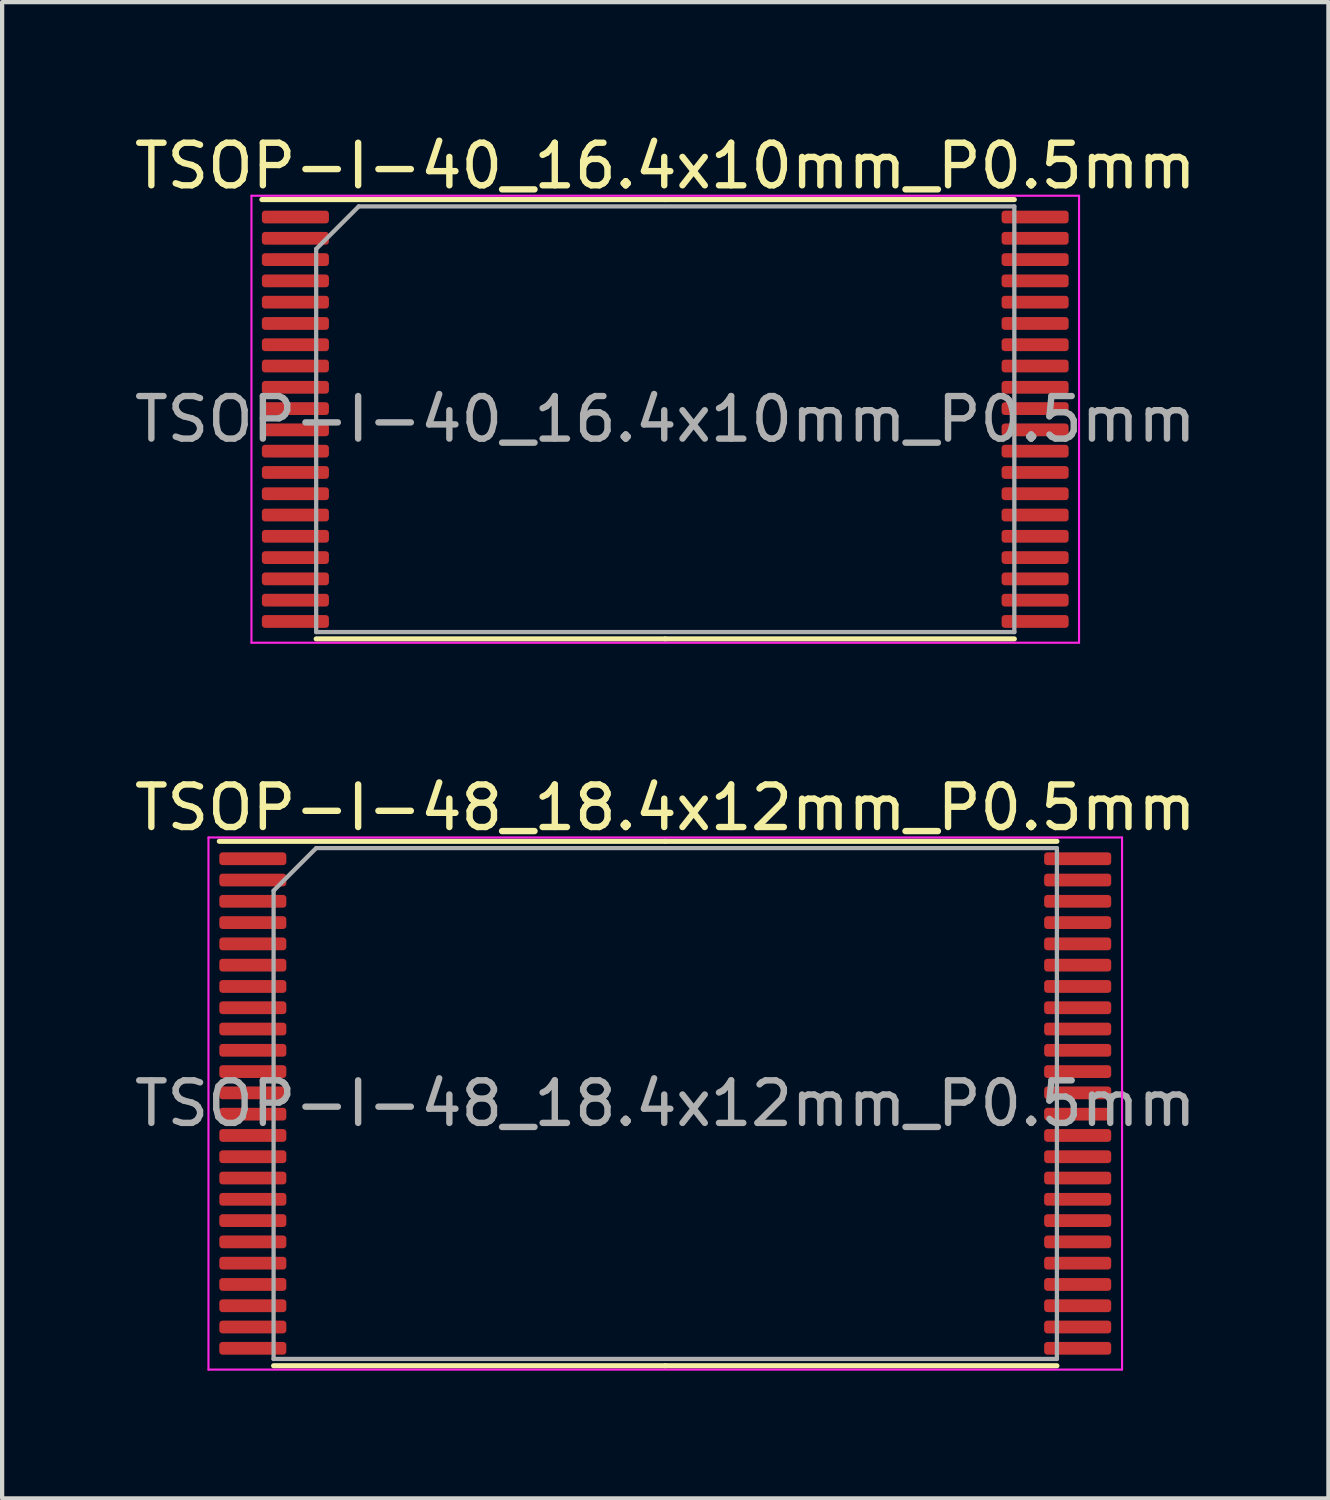
<source format=kicad_pcb>
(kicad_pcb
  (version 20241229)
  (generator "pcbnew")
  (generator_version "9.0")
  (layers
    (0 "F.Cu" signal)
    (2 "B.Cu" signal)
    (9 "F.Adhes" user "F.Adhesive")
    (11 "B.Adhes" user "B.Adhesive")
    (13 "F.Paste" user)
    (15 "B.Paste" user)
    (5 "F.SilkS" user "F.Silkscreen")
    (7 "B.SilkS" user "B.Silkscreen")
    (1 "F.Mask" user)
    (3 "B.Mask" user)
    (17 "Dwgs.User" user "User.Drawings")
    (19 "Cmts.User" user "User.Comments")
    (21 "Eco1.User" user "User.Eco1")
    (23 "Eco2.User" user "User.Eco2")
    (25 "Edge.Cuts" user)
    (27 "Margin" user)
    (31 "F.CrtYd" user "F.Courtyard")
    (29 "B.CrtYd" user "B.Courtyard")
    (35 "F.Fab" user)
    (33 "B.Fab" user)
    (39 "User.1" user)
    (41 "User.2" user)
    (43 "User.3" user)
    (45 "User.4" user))
  (footprint "TSOP-I-40_16.4x10mm_P0.5mm"
    (layer "F.Cu")
    (at 12.577 6.798)
    (property "Reference" "TSOP-I-40_16.4x10mm_P0.5mm" (at 0 -5.95 0) (layer "F.SilkS") (effects (font (size 1 1) (thickness 0.15))))
    (attr smd)
    (fp_line (start 0 -5.16) (end -9.475 -5.16) (stroke (width 0.12) (type solid)) (layer "F.SilkS"))
    (fp_line (start 0 -5.16) (end 8.2 -5.16) (stroke (width 0.12) (type solid)) (layer "F.SilkS"))
    (fp_line (start 0 5.16) (end -8.2 5.16) (stroke (width 0.12) (type solid)) (layer "F.SilkS"))
    (fp_line (start 0 5.16) (end 8.2 5.16) (stroke (width 0.12) (type solid)) (layer "F.SilkS"))
    (fp_line (start -9.72 -5.25) (end -9.72 5.25) (stroke (width 0.05) (type solid)) (layer "F.CrtYd"))
    (fp_line (start -9.72 5.25) (end 9.72 5.25) (stroke (width 0.05) (type solid)) (layer "F.CrtYd"))
    (fp_line (start 9.72 -5.25) (end -9.72 -5.25) (stroke (width 0.05) (type solid)) (layer "F.CrtYd"))
    (fp_line (start 9.72 5.25) (end 9.72 -5.25) (stroke (width 0.05) (type solid)) (layer "F.CrtYd"))
    (fp_line (start -8.2 -4) (end -7.2 -5) (stroke (width 0.1) (type solid)) (layer "F.Fab"))
    (fp_line (start -8.2 5) (end -8.2 -4) (stroke (width 0.1) (type solid)) (layer "F.Fab"))
    (fp_line (start -7.2 -5) (end 8.2 -5) (stroke (width 0.1) (type solid)) (layer "F.Fab"))
    (fp_line (start 8.2 -5) (end 8.2 5) (stroke (width 0.1) (type solid)) (layer "F.Fab"))
    (fp_line (start 8.2 5) (end -8.2 5) (stroke (width 0.1) (type solid)) (layer "F.Fab"))
    (fp_text user "${REFERENCE}" (at 0 0 0) (layer "F.Fab") (effects (font (size 1 1) (thickness 0.15))))
    (pad "1" smd roundrect (at -8.688 -4.75) (size 1.575 0.3) (layers "F.Cu" "F.Mask" "F.Paste") (roundrect_rratio 0.25))
    (pad "2" smd roundrect (at -8.688 -4.25) (size 1.575 0.3) (layers "F.Cu" "F.Mask" "F.Paste") (roundrect_rratio 0.25))
    (pad "3" smd roundrect (at -8.688 -3.75) (size 1.575 0.3) (layers "F.Cu" "F.Mask" "F.Paste") (roundrect_rratio 0.25))
    (pad "4" smd roundrect (at -8.688 -3.25) (size 1.575 0.3) (layers "F.Cu" "F.Mask" "F.Paste") (roundrect_rratio 0.25))
    (pad "5" smd roundrect (at -8.688 -2.75) (size 1.575 0.3) (layers "F.Cu" "F.Mask" "F.Paste") (roundrect_rratio 0.25))
    (pad "6" smd roundrect (at -8.688 -2.25) (size 1.575 0.3) (layers "F.Cu" "F.Mask" "F.Paste") (roundrect_rratio 0.25))
    (pad "7" smd roundrect (at -8.688 -1.75) (size 1.575 0.3) (layers "F.Cu" "F.Mask" "F.Paste") (roundrect_rratio 0.25))
    (pad "8" smd roundrect (at -8.688 -1.25) (size 1.575 0.3) (layers "F.Cu" "F.Mask" "F.Paste") (roundrect_rratio 0.25))
    (pad "9" smd roundrect (at -8.688 -0.75) (size 1.575 0.3) (layers "F.Cu" "F.Mask" "F.Paste") (roundrect_rratio 0.25))
    (pad "10" smd roundrect (at -8.688 -0.25) (size 1.575 0.3) (layers "F.Cu" "F.Mask" "F.Paste") (roundrect_rratio 0.25))
    (pad "11" smd roundrect (at -8.688 0.25) (size 1.575 0.3) (layers "F.Cu" "F.Mask" "F.Paste") (roundrect_rratio 0.25))
    (pad "12" smd roundrect (at -8.688 0.75) (size 1.575 0.3) (layers "F.Cu" "F.Mask" "F.Paste") (roundrect_rratio 0.25))
    (pad "13" smd roundrect (at -8.688 1.25) (size 1.575 0.3) (layers "F.Cu" "F.Mask" "F.Paste") (roundrect_rratio 0.25))
    (pad "14" smd roundrect (at -8.688 1.75) (size 1.575 0.3) (layers "F.Cu" "F.Mask" "F.Paste") (roundrect_rratio 0.25))
    (pad "15" smd roundrect (at -8.688 2.25) (size 1.575 0.3) (layers "F.Cu" "F.Mask" "F.Paste") (roundrect_rratio 0.25))
    (pad "16" smd roundrect (at -8.688 2.75) (size 1.575 0.3) (layers "F.Cu" "F.Mask" "F.Paste") (roundrect_rratio 0.25))
    (pad "17" smd roundrect (at -8.688 3.25) (size 1.575 0.3) (layers "F.Cu" "F.Mask" "F.Paste") (roundrect_rratio 0.25))
    (pad "18" smd roundrect (at -8.688 3.75) (size 1.575 0.3) (layers "F.Cu" "F.Mask" "F.Paste") (roundrect_rratio 0.25))
    (pad "19" smd roundrect (at -8.688 4.25) (size 1.575 0.3) (layers "F.Cu" "F.Mask" "F.Paste") (roundrect_rratio 0.25))
    (pad "20" smd roundrect (at -8.688 4.75) (size 1.575 0.3) (layers "F.Cu" "F.Mask" "F.Paste") (roundrect_rratio 0.25))
    (pad "21" smd roundrect (at 8.688 4.75) (size 1.575 0.3) (layers "F.Cu" "F.Mask" "F.Paste") (roundrect_rratio 0.25))
    (pad "22" smd roundrect (at 8.688 4.25) (size 1.575 0.3) (layers "F.Cu" "F.Mask" "F.Paste") (roundrect_rratio 0.25))
    (pad "23" smd roundrect (at 8.688 3.75) (size 1.575 0.3) (layers "F.Cu" "F.Mask" "F.Paste") (roundrect_rratio 0.25))
    (pad "24" smd roundrect (at 8.688 3.25) (size 1.575 0.3) (layers "F.Cu" "F.Mask" "F.Paste") (roundrect_rratio 0.25))
    (pad "25" smd roundrect (at 8.688 2.75) (size 1.575 0.3) (layers "F.Cu" "F.Mask" "F.Paste") (roundrect_rratio 0.25))
    (pad "26" smd roundrect (at 8.688 2.25) (size 1.575 0.3) (layers "F.Cu" "F.Mask" "F.Paste") (roundrect_rratio 0.25))
    (pad "27" smd roundrect (at 8.688 1.75) (size 1.575 0.3) (layers "F.Cu" "F.Mask" "F.Paste") (roundrect_rratio 0.25))
    (pad "28" smd roundrect (at 8.688 1.25) (size 1.575 0.3) (layers "F.Cu" "F.Mask" "F.Paste") (roundrect_rratio 0.25))
    (pad "29" smd roundrect (at 8.688 0.75) (size 1.575 0.3) (layers "F.Cu" "F.Mask" "F.Paste") (roundrect_rratio 0.25))
    (pad "30" smd roundrect (at 8.688 0.25) (size 1.575 0.3) (layers "F.Cu" "F.Mask" "F.Paste") (roundrect_rratio 0.25))
    (pad "31" smd roundrect (at 8.688 -0.25) (size 1.575 0.3) (layers "F.Cu" "F.Mask" "F.Paste") (roundrect_rratio 0.25))
    (pad "32" smd roundrect (at 8.688 -0.75) (size 1.575 0.3) (layers "F.Cu" "F.Mask" "F.Paste") (roundrect_rratio 0.25))
    (pad "33" smd roundrect (at 8.688 -1.25) (size 1.575 0.3) (layers "F.Cu" "F.Mask" "F.Paste") (roundrect_rratio 0.25))
    (pad "34" smd roundrect (at 8.688 -1.75) (size 1.575 0.3) (layers "F.Cu" "F.Mask" "F.Paste") (roundrect_rratio 0.25))
    (pad "35" smd roundrect (at 8.688 -2.25) (size 1.575 0.3) (layers "F.Cu" "F.Mask" "F.Paste") (roundrect_rratio 0.25))
    (pad "36" smd roundrect (at 8.688 -2.75) (size 1.575 0.3) (layers "F.Cu" "F.Mask" "F.Paste") (roundrect_rratio 0.25))
    (pad "37" smd roundrect (at 8.688 -3.25) (size 1.575 0.3) (layers "F.Cu" "F.Mask" "F.Paste") (roundrect_rratio 0.25))
    (pad "38" smd roundrect (at 8.688 -3.75) (size 1.575 0.3) (layers "F.Cu" "F.Mask" "F.Paste") (roundrect_rratio 0.25))
    (pad "39" smd roundrect (at 8.688 -4.25) (size 1.575 0.3) (layers "F.Cu" "F.Mask" "F.Paste") (roundrect_rratio 0.25))
    (pad "40" smd roundrect (at 8.688 -4.75) (size 1.575 0.3) (layers "F.Cu" "F.Mask" "F.Paste") (roundrect_rratio 0.25)))
  (footprint "TSOP-I-48_18.4x12mm_P0.5mm"
    (layer "F.Cu")
    (at 12.577 22.872)
    (property "Reference" "TSOP-I-48_18.4x12mm_P0.5mm" (at 0 -6.95 0) (layer "F.SilkS") (effects (font (size 1 1) (thickness 0.15))))
    (attr smd)
    (fp_line (start 0 -6.16) (end -10.475 -6.16) (stroke (width 0.12) (type solid)) (layer "F.SilkS"))
    (fp_line (start 0 -6.16) (end 9.2 -6.16) (stroke (width 0.12) (type solid)) (layer "F.SilkS"))
    (fp_line (start 0 6.16) (end -9.2 6.16) (stroke (width 0.12) (type solid)) (layer "F.SilkS"))
    (fp_line (start 0 6.16) (end 9.2 6.16) (stroke (width 0.12) (type solid)) (layer "F.SilkS"))
    (fp_line (start -10.73 -6.25) (end -10.73 6.25) (stroke (width 0.05) (type solid)) (layer "F.CrtYd"))
    (fp_line (start -10.73 6.25) (end 10.73 6.25) (stroke (width 0.05) (type solid)) (layer "F.CrtYd"))
    (fp_line (start 10.73 -6.25) (end -10.73 -6.25) (stroke (width 0.05) (type solid)) (layer "F.CrtYd"))
    (fp_line (start 10.73 6.25) (end 10.73 -6.25) (stroke (width 0.05) (type solid)) (layer "F.CrtYd"))
    (fp_line (start -9.2 -5) (end -8.2 -6) (stroke (width 0.1) (type solid)) (layer "F.Fab"))
    (fp_line (start -9.2 6) (end -9.2 -5) (stroke (width 0.1) (type solid)) (layer "F.Fab"))
    (fp_line (start -8.2 -6) (end 9.2 -6) (stroke (width 0.1) (type solid)) (layer "F.Fab"))
    (fp_line (start 9.2 -6) (end 9.2 6) (stroke (width 0.1) (type solid)) (layer "F.Fab"))
    (fp_line (start 9.2 6) (end -9.2 6) (stroke (width 0.1) (type solid)) (layer "F.Fab"))
    (fp_text user "${REFERENCE}" (at 0 0 0) (layer "F.Fab") (effects (font (size 1 1) (thickness 0.15))))
    (pad "1" smd roundrect (at -9.688 -5.75) (size 1.575 0.3) (layers "F.Cu" "F.Mask" "F.Paste") (roundrect_rratio 0.25))
    (pad "2" smd roundrect (at -9.688 -5.25) (size 1.575 0.3) (layers "F.Cu" "F.Mask" "F.Paste") (roundrect_rratio 0.25))
    (pad "3" smd roundrect (at -9.688 -4.75) (size 1.575 0.3) (layers "F.Cu" "F.Mask" "F.Paste") (roundrect_rratio 0.25))
    (pad "4" smd roundrect (at -9.688 -4.25) (size 1.575 0.3) (layers "F.Cu" "F.Mask" "F.Paste") (roundrect_rratio 0.25))
    (pad "5" smd roundrect (at -9.688 -3.75) (size 1.575 0.3) (layers "F.Cu" "F.Mask" "F.Paste") (roundrect_rratio 0.25))
    (pad "6" smd roundrect (at -9.688 -3.25) (size 1.575 0.3) (layers "F.Cu" "F.Mask" "F.Paste") (roundrect_rratio 0.25))
    (pad "7" smd roundrect (at -9.688 -2.75) (size 1.575 0.3) (layers "F.Cu" "F.Mask" "F.Paste") (roundrect_rratio 0.25))
    (pad "8" smd roundrect (at -9.688 -2.25) (size 1.575 0.3) (layers "F.Cu" "F.Mask" "F.Paste") (roundrect_rratio 0.25))
    (pad "9" smd roundrect (at -9.688 -1.75) (size 1.575 0.3) (layers "F.Cu" "F.Mask" "F.Paste") (roundrect_rratio 0.25))
    (pad "10" smd roundrect (at -9.688 -1.25) (size 1.575 0.3) (layers "F.Cu" "F.Mask" "F.Paste") (roundrect_rratio 0.25))
    (pad "11" smd roundrect (at -9.688 -0.75) (size 1.575 0.3) (layers "F.Cu" "F.Mask" "F.Paste") (roundrect_rratio 0.25))
    (pad "12" smd roundrect (at -9.688 -0.25) (size 1.575 0.3) (layers "F.Cu" "F.Mask" "F.Paste") (roundrect_rratio 0.25))
    (pad "13" smd roundrect (at -9.688 0.25) (size 1.575 0.3) (layers "F.Cu" "F.Mask" "F.Paste") (roundrect_rratio 0.25))
    (pad "14" smd roundrect (at -9.688 0.75) (size 1.575 0.3) (layers "F.Cu" "F.Mask" "F.Paste") (roundrect_rratio 0.25))
    (pad "15" smd roundrect (at -9.688 1.25) (size 1.575 0.3) (layers "F.Cu" "F.Mask" "F.Paste") (roundrect_rratio 0.25))
    (pad "16" smd roundrect (at -9.688 1.75) (size 1.575 0.3) (layers "F.Cu" "F.Mask" "F.Paste") (roundrect_rratio 0.25))
    (pad "17" smd roundrect (at -9.688 2.25) (size 1.575 0.3) (layers "F.Cu" "F.Mask" "F.Paste") (roundrect_rratio 0.25))
    (pad "18" smd roundrect (at -9.688 2.75) (size 1.575 0.3) (layers "F.Cu" "F.Mask" "F.Paste") (roundrect_rratio 0.25))
    (pad "19" smd roundrect (at -9.688 3.25) (size 1.575 0.3) (layers "F.Cu" "F.Mask" "F.Paste") (roundrect_rratio 0.25))
    (pad "20" smd roundrect (at -9.688 3.75) (size 1.575 0.3) (layers "F.Cu" "F.Mask" "F.Paste") (roundrect_rratio 0.25))
    (pad "21" smd roundrect (at -9.688 4.25) (size 1.575 0.3) (layers "F.Cu" "F.Mask" "F.Paste") (roundrect_rratio 0.25))
    (pad "22" smd roundrect (at -9.688 4.75) (size 1.575 0.3) (layers "F.Cu" "F.Mask" "F.Paste") (roundrect_rratio 0.25))
    (pad "23" smd roundrect (at -9.688 5.25) (size 1.575 0.3) (layers "F.Cu" "F.Mask" "F.Paste") (roundrect_rratio 0.25))
    (pad "24" smd roundrect (at -9.688 5.75) (size 1.575 0.3) (layers "F.Cu" "F.Mask" "F.Paste") (roundrect_rratio 0.25))
    (pad "25" smd roundrect (at 9.688 5.75) (size 1.575 0.3) (layers "F.Cu" "F.Mask" "F.Paste") (roundrect_rratio 0.25))
    (pad "26" smd roundrect (at 9.688 5.25) (size 1.575 0.3) (layers "F.Cu" "F.Mask" "F.Paste") (roundrect_rratio 0.25))
    (pad "27" smd roundrect (at 9.688 4.75) (size 1.575 0.3) (layers "F.Cu" "F.Mask" "F.Paste") (roundrect_rratio 0.25))
    (pad "28" smd roundrect (at 9.688 4.25) (size 1.575 0.3) (layers "F.Cu" "F.Mask" "F.Paste") (roundrect_rratio 0.25))
    (pad "29" smd roundrect (at 9.688 3.75) (size 1.575 0.3) (layers "F.Cu" "F.Mask" "F.Paste") (roundrect_rratio 0.25))
    (pad "30" smd roundrect (at 9.688 3.25) (size 1.575 0.3) (layers "F.Cu" "F.Mask" "F.Paste") (roundrect_rratio 0.25))
    (pad "31" smd roundrect (at 9.688 2.75) (size 1.575 0.3) (layers "F.Cu" "F.Mask" "F.Paste") (roundrect_rratio 0.25))
    (pad "32" smd roundrect (at 9.688 2.25) (size 1.575 0.3) (layers "F.Cu" "F.Mask" "F.Paste") (roundrect_rratio 0.25))
    (pad "33" smd roundrect (at 9.688 1.75) (size 1.575 0.3) (layers "F.Cu" "F.Mask" "F.Paste") (roundrect_rratio 0.25))
    (pad "34" smd roundrect (at 9.688 1.25) (size 1.575 0.3) (layers "F.Cu" "F.Mask" "F.Paste") (roundrect_rratio 0.25))
    (pad "35" smd roundrect (at 9.688 0.75) (size 1.575 0.3) (layers "F.Cu" "F.Mask" "F.Paste") (roundrect_rratio 0.25))
    (pad "36" smd roundrect (at 9.688 0.25) (size 1.575 0.3) (layers "F.Cu" "F.Mask" "F.Paste") (roundrect_rratio 0.25))
    (pad "37" smd roundrect (at 9.688 -0.25) (size 1.575 0.3) (layers "F.Cu" "F.Mask" "F.Paste") (roundrect_rratio 0.25))
    (pad "38" smd roundrect (at 9.688 -0.75) (size 1.575 0.3) (layers "F.Cu" "F.Mask" "F.Paste") (roundrect_rratio 0.25))
    (pad "39" smd roundrect (at 9.688 -1.25) (size 1.575 0.3) (layers "F.Cu" "F.Mask" "F.Paste") (roundrect_rratio 0.25))
    (pad "40" smd roundrect (at 9.688 -1.75) (size 1.575 0.3) (layers "F.Cu" "F.Mask" "F.Paste") (roundrect_rratio 0.25))
    (pad "41" smd roundrect (at 9.688 -2.25) (size 1.575 0.3) (layers "F.Cu" "F.Mask" "F.Paste") (roundrect_rratio 0.25))
    (pad "42" smd roundrect (at 9.688 -2.75) (size 1.575 0.3) (layers "F.Cu" "F.Mask" "F.Paste") (roundrect_rratio 0.25))
    (pad "43" smd roundrect (at 9.688 -3.25) (size 1.575 0.3) (layers "F.Cu" "F.Mask" "F.Paste") (roundrect_rratio 0.25))
    (pad "44" smd roundrect (at 9.688 -3.75) (size 1.575 0.3) (layers "F.Cu" "F.Mask" "F.Paste") (roundrect_rratio 0.25))
    (pad "45" smd roundrect (at 9.688 -4.25) (size 1.575 0.3) (layers "F.Cu" "F.Mask" "F.Paste") (roundrect_rratio 0.25))
    (pad "46" smd roundrect (at 9.688 -4.75) (size 1.575 0.3) (layers "F.Cu" "F.Mask" "F.Paste") (roundrect_rratio 0.25))
    (pad "47" smd roundrect (at 9.688 -5.25) (size 1.575 0.3) (layers "F.Cu" "F.Mask" "F.Paste") (roundrect_rratio 0.25))
    (pad "48" smd roundrect (at 9.688 -5.75) (size 1.575 0.3) (layers "F.Cu" "F.Mask" "F.Paste") (roundrect_rratio 0.25)))
  (gr_rect
    (start -3 -3)
    (end 28.155 32.147)
    (stroke (width 0.1) (type default))
    (fill no)
    (layer "Edge.Cuts")))
</source>
